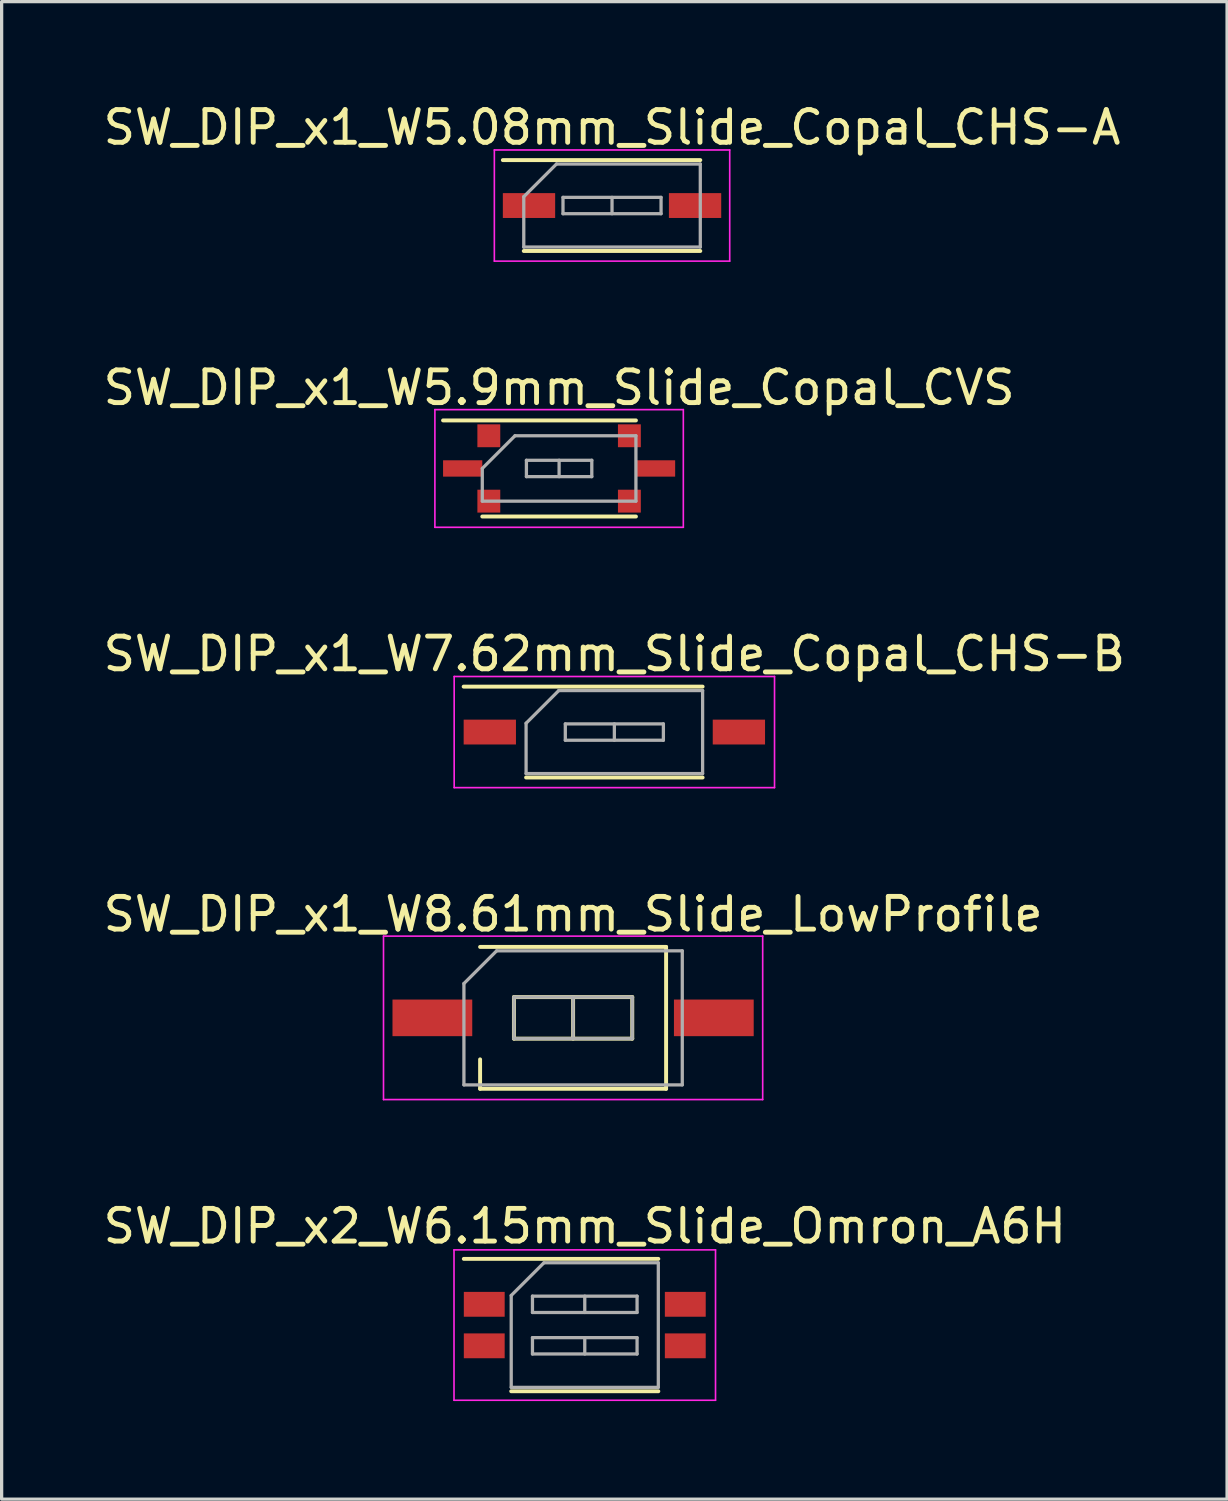
<source format=kicad_pcb>
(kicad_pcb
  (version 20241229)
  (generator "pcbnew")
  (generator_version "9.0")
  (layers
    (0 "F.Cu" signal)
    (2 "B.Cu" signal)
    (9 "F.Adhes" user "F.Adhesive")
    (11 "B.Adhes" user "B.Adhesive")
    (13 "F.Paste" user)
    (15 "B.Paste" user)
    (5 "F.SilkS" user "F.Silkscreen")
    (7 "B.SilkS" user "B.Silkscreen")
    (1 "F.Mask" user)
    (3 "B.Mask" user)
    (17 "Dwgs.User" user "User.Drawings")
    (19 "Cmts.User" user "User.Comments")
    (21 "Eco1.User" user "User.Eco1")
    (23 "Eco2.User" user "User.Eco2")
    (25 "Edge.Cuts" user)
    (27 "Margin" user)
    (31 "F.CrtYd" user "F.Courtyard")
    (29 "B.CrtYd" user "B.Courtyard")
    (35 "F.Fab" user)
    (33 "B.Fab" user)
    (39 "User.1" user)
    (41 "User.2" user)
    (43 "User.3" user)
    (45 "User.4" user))
  (footprint "SW_DIP_x1_W5.9mm_Slide_Copal_CVS"
    (layer "F.Cu")
    (at 14.054 11.281)
    (property "Reference" "SW_DIP_x1_W5.9mm_Slide_Copal_CVS" (at 0 -2.47 0) (layer "F.SilkS") (effects (font (size 1 1) (thickness 0.15))))
    (attr smd)
    (fp_line (start -3.55 -1.47) (end 2.35 -1.47) (stroke (width 0.12) (type solid)) (layer "F.SilkS"))
    (fp_line (start -2.35 1.47) (end 2.35 1.47) (stroke (width 0.12) (type solid)) (layer "F.SilkS"))
    (fp_line (start -3.8 -1.8) (end -3.8 1.8) (stroke (width 0.05) (type solid)) (layer "F.CrtYd"))
    (fp_line (start -3.8 1.8) (end 3.8 1.8) (stroke (width 0.05) (type solid)) (layer "F.CrtYd"))
    (fp_line (start 3.8 -1.8) (end -3.8 -1.8) (stroke (width 0.05) (type solid)) (layer "F.CrtYd"))
    (fp_line (start 3.8 1.8) (end 3.8 -1.8) (stroke (width 0.05) (type solid)) (layer "F.CrtYd"))
    (fp_line (start -2.35 0) (end -1.35 -1) (stroke (width 0.1) (type solid)) (layer "F.Fab"))
    (fp_line (start -2.35 1) (end -2.35 0) (stroke (width 0.1) (type solid)) (layer "F.Fab"))
    (fp_line (start -1.35 -1) (end 2.35 -1) (stroke (width 0.1) (type solid)) (layer "F.Fab"))
    (fp_line (start -1 -0.25) (end -1 0.25) (stroke (width 0.1) (type solid)) (layer "F.Fab"))
    (fp_line (start -1 0.25) (end 1 0.25) (stroke (width 0.1) (type solid)) (layer "F.Fab"))
    (fp_line (start 0 -0.25) (end 0 0.25) (stroke (width 0.1) (type solid)) (layer "F.Fab"))
    (fp_line (start 1 -0.25) (end -1 -0.25) (stroke (width 0.1) (type solid)) (layer "F.Fab"))
    (fp_line (start 1 0.25) (end 1 -0.25) (stroke (width 0.1) (type solid)) (layer "F.Fab"))
    (fp_line (start 2.35 -1) (end 2.35 1) (stroke (width 0.1) (type solid)) (layer "F.Fab"))
    (fp_line (start 2.35 1) (end -2.35 1) (stroke (width 0.1) (type solid)) (layer "F.Fab"))
    (pad "1" smd rect (at -2.95 0) (size 1.2 0.5) (layers "F.Cu" "F.Mask"))
    (pad "2" smd rect (at 2.95 0) (size 1.2 0.5) (layers "F.Cu" "F.Mask"))
    (pad "3" smd rect (at -2.15 -1) (size 0.7 0.7) (layers "F.Cu" "F.Mask"))
    (pad "3" smd rect (at -2.15 1) (size 0.7 0.7) (layers "F.Cu" "F.Mask"))
    (pad "3" smd rect (at 2.15 -1) (size 0.7 0.7) (layers "F.Cu" "F.Mask"))
    (pad "3" smd rect (at 2.15 1) (size 0.7 0.7) (layers "F.Cu" "F.Mask")))
  (footprint "SW_DIP_x2_W6.15mm_Slide_Omron_A6H"
    (layer "F.Cu")
    (at 14.839 37.486)
    (property "Reference" "SW_DIP_x2_W6.15mm_Slide_Omron_A6H" (at 0 -3.025 0) (layer "F.SilkS") (effects (font (size 1 1) (thickness 0.15))))
    (attr smd)
    (fp_line (start -3.7 -2.025) (end 2.25 -2.025) (stroke (width 0.12) (type solid)) (layer "F.SilkS"))
    (fp_line (start -2.25 2.025) (end 2.25 2.025) (stroke (width 0.12) (type solid)) (layer "F.SilkS"))
    (fp_line (start -4 -2.3) (end -4 2.3) (stroke (width 0.05) (type solid)) (layer "F.CrtYd"))
    (fp_line (start -4 2.3) (end 4 2.3) (stroke (width 0.05) (type solid)) (layer "F.CrtYd"))
    (fp_line (start 4 -2.3) (end -4 -2.3) (stroke (width 0.05) (type solid)) (layer "F.CrtYd"))
    (fp_line (start 4 2.3) (end 4 -2.3) (stroke (width 0.05) (type solid)) (layer "F.CrtYd"))
    (fp_line (start -2.25 -0.905) (end -1.25 -1.905) (stroke (width 0.1) (type solid)) (layer "F.Fab"))
    (fp_line (start -2.25 1.905) (end -2.25 -0.905) (stroke (width 0.1) (type solid)) (layer "F.Fab"))
    (fp_line (start -1.6 -0.885) (end -1.6 -0.385) (stroke (width 0.1) (type solid)) (layer "F.Fab"))
    (fp_line (start -1.6 -0.385) (end 1.6 -0.385) (stroke (width 0.1) (type solid)) (layer "F.Fab"))
    (fp_line (start -1.6 0.385) (end -1.6 0.885) (stroke (width 0.1) (type solid)) (layer "F.Fab"))
    (fp_line (start -1.6 0.885) (end 1.6 0.885) (stroke (width 0.1) (type solid)) (layer "F.Fab"))
    (fp_line (start -1.25 -1.905) (end 2.25 -1.905) (stroke (width 0.1) (type solid)) (layer "F.Fab"))
    (fp_line (start 0 -0.885) (end 0 -0.385) (stroke (width 0.1) (type solid)) (layer "F.Fab"))
    (fp_line (start 0 0.385) (end 0 0.885) (stroke (width 0.1) (type solid)) (layer "F.Fab"))
    (fp_line (start 1.6 -0.885) (end -1.6 -0.885) (stroke (width 0.1) (type solid)) (layer "F.Fab"))
    (fp_line (start 1.6 -0.385) (end 1.6 -0.885) (stroke (width 0.1) (type solid)) (layer "F.Fab"))
    (fp_line (start 1.6 0.385) (end -1.6 0.385) (stroke (width 0.1) (type solid)) (layer "F.Fab"))
    (fp_line (start 1.6 0.885) (end 1.6 0.385) (stroke (width 0.1) (type solid)) (layer "F.Fab"))
    (fp_line (start 2.25 -1.905) (end 2.25 1.905) (stroke (width 0.1) (type solid)) (layer "F.Fab"))
    (fp_line (start 2.25 1.905) (end -2.25 1.905) (stroke (width 0.1) (type solid)) (layer "F.Fab"))
    (pad "1" smd rect (at -3.075 -0.635) (size 1.25 0.76) (layers "F.Cu" "F.Mask"))
    (pad "2" smd rect (at -3.075 0.635) (size 1.25 0.76) (layers "F.Cu" "F.Mask"))
    (pad "3" smd rect (at 3.075 0.635) (size 1.25 0.76) (layers "F.Cu" "F.Mask"))
    (pad "4" smd rect (at 3.075 -0.635) (size 1.25 0.76) (layers "F.Cu" "F.Mask")))
  (footprint "SW_DIP_x1_W7.62mm_Slide_Copal_CHS-B"
    (layer "F.Cu")
    (at 15.744 19.345)
    (property "Reference" "SW_DIP_x1_W7.62mm_Slide_Copal_CHS-B" (at 0 -2.39 0) (layer "F.SilkS") (effects (font (size 1 1) (thickness 0.15))))
    (attr smd)
    (fp_line (start -4.61 -1.39) (end 2.7 -1.39) (stroke (width 0.12) (type solid)) (layer "F.SilkS"))
    (fp_line (start -2.7 1.39) (end 2.7 1.39) (stroke (width 0.12) (type solid)) (layer "F.SilkS"))
    (fp_line (start -4.9 -1.7) (end -4.9 1.7) (stroke (width 0.05) (type solid)) (layer "F.CrtYd"))
    (fp_line (start -4.9 1.7) (end 4.9 1.7) (stroke (width 0.05) (type solid)) (layer "F.CrtYd"))
    (fp_line (start 4.9 -1.7) (end -4.9 -1.7) (stroke (width 0.05) (type solid)) (layer "F.CrtYd"))
    (fp_line (start 4.9 1.7) (end 4.9 -1.7) (stroke (width 0.05) (type solid)) (layer "F.CrtYd"))
    (fp_line (start -2.7 -0.27) (end -1.7 -1.27) (stroke (width 0.1) (type solid)) (layer "F.Fab"))
    (fp_line (start -2.7 1.27) (end -2.7 -0.27) (stroke (width 0.1) (type solid)) (layer "F.Fab"))
    (fp_line (start -1.7 -1.27) (end 2.7 -1.27) (stroke (width 0.1) (type solid)) (layer "F.Fab"))
    (fp_line (start -1.5 -0.25) (end -1.5 0.25) (stroke (width 0.1) (type solid)) (layer "F.Fab"))
    (fp_line (start -1.5 0.25) (end 1.5 0.25) (stroke (width 0.1) (type solid)) (layer "F.Fab"))
    (fp_line (start 0 -0.25) (end 0 0.25) (stroke (width 0.1) (type solid)) (layer "F.Fab"))
    (fp_line (start 1.5 -0.25) (end -1.5 -0.25) (stroke (width 0.1) (type solid)) (layer "F.Fab"))
    (fp_line (start 1.5 0.25) (end 1.5 -0.25) (stroke (width 0.1) (type solid)) (layer "F.Fab"))
    (fp_line (start 2.7 -1.27) (end 2.7 1.27) (stroke (width 0.1) (type solid)) (layer "F.Fab"))
    (fp_line (start 2.7 1.27) (end -2.7 1.27) (stroke (width 0.1) (type solid)) (layer "F.Fab"))
    (pad "1" smd rect (at -3.81 0) (size 1.6 0.76) (layers "F.Cu" "F.Mask"))
    (pad "2" smd rect (at 3.81 0) (size 1.6 0.76) (layers "F.Cu" "F.Mask")))
  (footprint "SW_DIP_x1_W8.61mm_Slide_LowProfile"
    (layer "F.Cu")
    (at 14.482 28.088)
    (property "Reference" "SW_DIP_x1_W8.61mm_Slide_LowProfile" (at 0 -3.17 0) (layer "F.SilkS") (effects (font (size 1 1) (thickness 0.15))))
    (attr smd)
    (fp_line (start -2.845 -2.17) (end 2.845 -2.17) (stroke (width 0.12) (type solid)) (layer "F.SilkS"))
    (fp_line (start -2.845 2.17) (end -2.845 1.27) (stroke (width 0.12) (type solid)) (layer "F.SilkS"))
    (fp_line (start -1.81 -0.635) (end -1.81 0.635) (stroke (width 0.12) (type solid)) (layer "F.SilkS"))
    (fp_line (start -1.81 0.635) (end 1.81 0.635) (stroke (width 0.12) (type solid)) (layer "F.SilkS"))
    (fp_line (start 0 -0.635) (end 0 0.635) (stroke (width 0.12) (type solid)) (layer "F.SilkS"))
    (fp_line (start 1.81 -0.635) (end -1.81 -0.635) (stroke (width 0.12) (type solid)) (layer "F.SilkS"))
    (fp_line (start 1.81 0.635) (end 1.81 -0.635) (stroke (width 0.12) (type solid)) (layer "F.SilkS"))
    (fp_line (start 2.845 -2.17) (end 2.845 2.17) (stroke (width 0.12) (type solid)) (layer "F.SilkS"))
    (fp_line (start 2.845 2.17) (end -2.845 2.17) (stroke (width 0.12) (type solid)) (layer "F.SilkS"))
    (fp_line (start -5.8 -2.5) (end -5.8 2.5) (stroke (width 0.05) (type solid)) (layer "F.CrtYd"))
    (fp_line (start -5.8 2.5) (end 5.8 2.5) (stroke (width 0.05) (type solid)) (layer "F.CrtYd"))
    (fp_line (start 5.8 -2.5) (end -5.8 -2.5) (stroke (width 0.05) (type solid)) (layer "F.CrtYd"))
    (fp_line (start 5.8 2.5) (end 5.8 -2.5) (stroke (width 0.05) (type solid)) (layer "F.CrtYd"))
    (fp_line (start -3.34 -1.05) (end -2.34 -2.05) (stroke (width 0.1) (type solid)) (layer "F.Fab"))
    (fp_line (start -3.34 2.05) (end -3.34 -1.05) (stroke (width 0.1) (type solid)) (layer "F.Fab"))
    (fp_line (start -2.34 -2.05) (end 3.34 -2.05) (stroke (width 0.1) (type solid)) (layer "F.Fab"))
    (fp_line (start -1.81 -0.635) (end -1.81 0.635) (stroke (width 0.1) (type solid)) (layer "F.Fab"))
    (fp_line (start -1.81 0.635) (end 1.81 0.635) (stroke (width 0.1) (type solid)) (layer "F.Fab"))
    (fp_line (start 0 -0.635) (end 0 0.635) (stroke (width 0.1) (type solid)) (layer "F.Fab"))
    (fp_line (start 1.81 -0.635) (end -1.81 -0.635) (stroke (width 0.1) (type solid)) (layer "F.Fab"))
    (fp_line (start 1.81 0.635) (end 1.81 -0.635) (stroke (width 0.1) (type solid)) (layer "F.Fab"))
    (fp_line (start 3.34 -2.05) (end 3.34 2.05) (stroke (width 0.1) (type solid)) (layer "F.Fab"))
    (fp_line (start 3.34 2.05) (end -3.34 2.05) (stroke (width 0.1) (type solid)) (layer "F.Fab"))
    (pad "1" smd rect (at -4.305 0) (size 2.44 1.12) (layers "F.Cu" "F.Mask"))
    (pad "2" smd rect (at 4.305 0) (size 2.44 1.12) (layers "F.Cu" "F.Mask")))
  (footprint "SW_DIP_x1_W5.08mm_Slide_Copal_CHS-A"
    (layer "F.Cu")
    (at 15.673 3.238)
    (property "Reference" "SW_DIP_x1_W5.08mm_Slide_Copal_CHS-A" (at 0 -2.39 0) (layer "F.SilkS") (effects (font (size 1 1) (thickness 0.15))))
    (attr smd)
    (fp_line (start -3.34 -1.39) (end 2.7 -1.39) (stroke (width 0.12) (type solid)) (layer "F.SilkS"))
    (fp_line (start -2.7 1.39) (end 2.7 1.39) (stroke (width 0.12) (type solid)) (layer "F.SilkS"))
    (fp_line (start -3.6 -1.7) (end -3.6 1.7) (stroke (width 0.05) (type solid)) (layer "F.CrtYd"))
    (fp_line (start -3.6 1.7) (end 3.6 1.7) (stroke (width 0.05) (type solid)) (layer "F.CrtYd"))
    (fp_line (start 3.6 -1.7) (end -3.6 -1.7) (stroke (width 0.05) (type solid)) (layer "F.CrtYd"))
    (fp_line (start 3.6 1.7) (end 3.6 -1.7) (stroke (width 0.05) (type solid)) (layer "F.CrtYd"))
    (fp_line (start -2.7 -0.27) (end -1.7 -1.27) (stroke (width 0.1) (type solid)) (layer "F.Fab"))
    (fp_line (start -2.7 1.27) (end -2.7 -0.27) (stroke (width 0.1) (type solid)) (layer "F.Fab"))
    (fp_line (start -1.7 -1.27) (end 2.7 -1.27) (stroke (width 0.1) (type solid)) (layer "F.Fab"))
    (fp_line (start -1.5 -0.25) (end -1.5 0.25) (stroke (width 0.1) (type solid)) (layer "F.Fab"))
    (fp_line (start -1.5 0.25) (end 1.5 0.25) (stroke (width 0.1) (type solid)) (layer "F.Fab"))
    (fp_line (start 0 -0.25) (end 0 0.25) (stroke (width 0.1) (type solid)) (layer "F.Fab"))
    (fp_line (start 1.5 -0.25) (end -1.5 -0.25) (stroke (width 0.1) (type solid)) (layer "F.Fab"))
    (fp_line (start 1.5 0.25) (end 1.5 -0.25) (stroke (width 0.1) (type solid)) (layer "F.Fab"))
    (fp_line (start 2.7 -1.27) (end 2.7 1.27) (stroke (width 0.1) (type solid)) (layer "F.Fab"))
    (fp_line (start 2.7 1.27) (end -2.7 1.27) (stroke (width 0.1) (type solid)) (layer "F.Fab"))
    (pad "1" smd rect (at -2.54 0) (size 1.6 0.76) (layers "F.Cu" "F.Mask"))
    (pad "2" smd rect (at 2.54 0) (size 1.6 0.76) (layers "F.Cu" "F.Mask")))
  (gr_rect
    (start -3 -3)
    (end 34.488 42.811)
    (stroke (width 0.1) (type default))
    (fill no)
    (layer "Edge.Cuts")))
</source>
